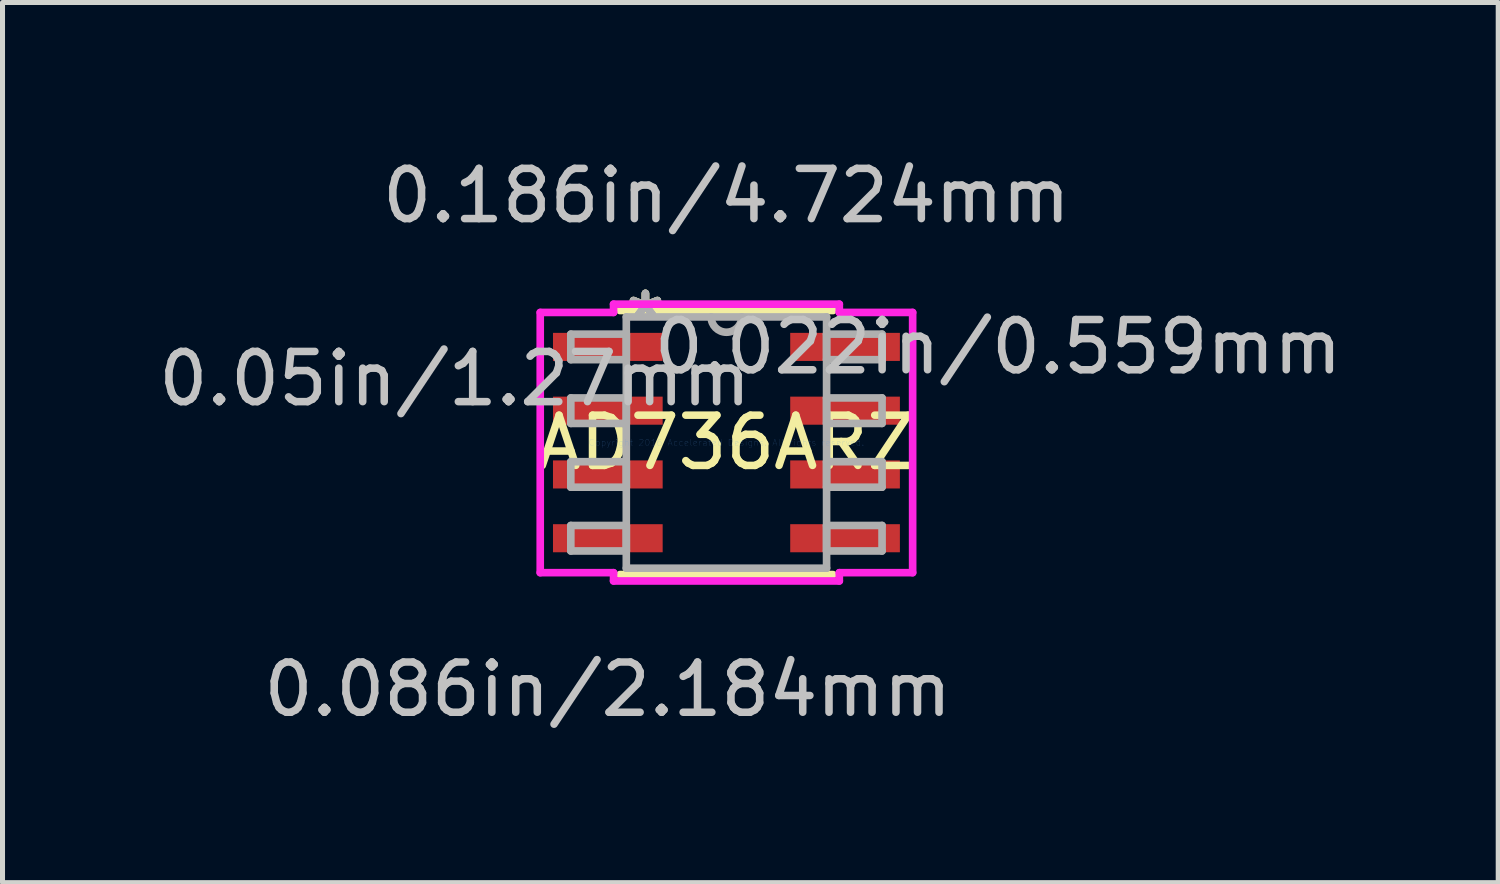
<source format=kicad_pcb>
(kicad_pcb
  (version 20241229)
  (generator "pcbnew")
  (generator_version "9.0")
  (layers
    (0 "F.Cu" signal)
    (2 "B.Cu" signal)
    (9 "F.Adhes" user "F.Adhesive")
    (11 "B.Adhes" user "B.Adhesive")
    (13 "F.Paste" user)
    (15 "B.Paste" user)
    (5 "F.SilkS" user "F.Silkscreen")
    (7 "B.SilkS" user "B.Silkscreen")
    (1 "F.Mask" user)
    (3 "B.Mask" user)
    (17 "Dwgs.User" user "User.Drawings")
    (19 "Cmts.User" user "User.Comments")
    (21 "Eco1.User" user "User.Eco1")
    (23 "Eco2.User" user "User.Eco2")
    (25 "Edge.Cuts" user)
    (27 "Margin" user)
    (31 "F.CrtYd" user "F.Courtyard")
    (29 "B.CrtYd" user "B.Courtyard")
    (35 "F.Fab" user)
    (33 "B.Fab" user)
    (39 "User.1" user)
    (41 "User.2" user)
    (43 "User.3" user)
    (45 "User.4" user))
  (footprint "AD736ARZ"
    (layer "F.Cu")
    (at 11.416 5.763)
    (property "Reference" "AD736ARZ" (at 0 0 0) (layer "F.SilkS") (effects (font (size 1 1) (thickness 0.15))))
    (attr through_hole)
    (fp_line (start -2.121 2.629) (end 2.121 2.629) (stroke (width 0.152) (type solid)) (layer "F.SilkS"))
    (fp_line (start 2.121 -2.629) (end -2.121 -2.629) (stroke (width 0.152) (type solid)) (layer "F.SilkS"))
    (fp_line (start -3.708 -2.591) (end -2.248 -2.591) (stroke (width 0.152) (type solid)) (layer "F.CrtYd"))
    (fp_line (start -3.708 2.591) (end -3.708 -2.591) (stroke (width 0.152) (type solid)) (layer "F.CrtYd"))
    (fp_line (start -2.248 -2.756) (end 2.248 -2.756) (stroke (width 0.152) (type solid)) (layer "F.CrtYd"))
    (fp_line (start -2.248 -2.591) (end -2.248 -2.756) (stroke (width 0.152) (type solid)) (layer "F.CrtYd"))
    (fp_line (start -2.248 2.591) (end -3.708 2.591) (stroke (width 0.152) (type solid)) (layer "F.CrtYd"))
    (fp_line (start -2.248 2.756) (end -2.248 2.591) (stroke (width 0.152) (type solid)) (layer "F.CrtYd"))
    (fp_line (start 2.248 -2.756) (end 2.248 -2.591) (stroke (width 0.152) (type solid)) (layer "F.CrtYd"))
    (fp_line (start 2.248 -2.591) (end 3.708 -2.591) (stroke (width 0.152) (type solid)) (layer "F.CrtYd"))
    (fp_line (start 2.248 2.591) (end 2.248 2.756) (stroke (width 0.152) (type solid)) (layer "F.CrtYd"))
    (fp_line (start 2.248 2.756) (end -2.248 2.756) (stroke (width 0.152) (type solid)) (layer "F.CrtYd"))
    (fp_line (start 3.708 -2.591) (end 3.708 2.591) (stroke (width 0.152) (type solid)) (layer "F.CrtYd"))
    (fp_line (start 3.708 2.591) (end 2.248 2.591) (stroke (width 0.152) (type solid)) (layer "F.CrtYd"))
    (fp_line (start -3.099 -2.159) (end -3.099 -1.651) (stroke (width 0.152) (type solid)) (layer "F.Fab"))
    (fp_line (start -3.099 -1.651) (end -1.994 -1.651) (stroke (width 0.152) (type solid)) (layer "F.Fab"))
    (fp_line (start -3.099 -0.889) (end -3.099 -0.381) (stroke (width 0.152) (type solid)) (layer "F.Fab"))
    (fp_line (start -3.099 -0.381) (end -1.994 -0.381) (stroke (width 0.152) (type solid)) (layer "F.Fab"))
    (fp_line (start -3.099 0.381) (end -3.099 0.889) (stroke (width 0.152) (type solid)) (layer "F.Fab"))
    (fp_line (start -3.099 0.889) (end -1.994 0.889) (stroke (width 0.152) (type solid)) (layer "F.Fab"))
    (fp_line (start -3.099 1.651) (end -3.099 2.159) (stroke (width 0.152) (type solid)) (layer "F.Fab"))
    (fp_line (start -3.099 2.159) (end -1.994 2.159) (stroke (width 0.152) (type solid)) (layer "F.Fab"))
    (fp_line (start -1.994 -2.502) (end -1.994 2.502) (stroke (width 0.152) (type solid)) (layer "F.Fab"))
    (fp_line (start -1.994 -2.159) (end -3.099 -2.159) (stroke (width 0.152) (type solid)) (layer "F.Fab"))
    (fp_line (start -1.994 -1.651) (end -1.994 -2.159) (stroke (width 0.152) (type solid)) (layer "F.Fab"))
    (fp_line (start -1.994 -0.889) (end -3.099 -0.889) (stroke (width 0.152) (type solid)) (layer "F.Fab"))
    (fp_line (start -1.994 -0.381) (end -1.994 -0.889) (stroke (width 0.152) (type solid)) (layer "F.Fab"))
    (fp_line (start -1.994 0.381) (end -3.099 0.381) (stroke (width 0.152) (type solid)) (layer "F.Fab"))
    (fp_line (start -1.994 0.889) (end -1.994 0.381) (stroke (width 0.152) (type solid)) (layer "F.Fab"))
    (fp_line (start -1.994 1.651) (end -3.099 1.651) (stroke (width 0.152) (type solid)) (layer "F.Fab"))
    (fp_line (start -1.994 2.159) (end -1.994 1.651) (stroke (width 0.152) (type solid)) (layer "F.Fab"))
    (fp_line (start -1.994 2.502) (end 1.994 2.502) (stroke (width 0.152) (type solid)) (layer "F.Fab"))
    (fp_line (start 1.994 -2.502) (end -1.994 -2.502) (stroke (width 0.152) (type solid)) (layer "F.Fab"))
    (fp_line (start 1.994 -2.159) (end 1.994 -1.651) (stroke (width 0.152) (type solid)) (layer "F.Fab"))
    (fp_line (start 1.994 -1.651) (end 3.099 -1.651) (stroke (width 0.152) (type solid)) (layer "F.Fab"))
    (fp_line (start 1.994 -0.889) (end 1.994 -0.381) (stroke (width 0.152) (type solid)) (layer "F.Fab"))
    (fp_line (start 1.994 -0.381) (end 3.099 -0.381) (stroke (width 0.152) (type solid)) (layer "F.Fab"))
    (fp_line (start 1.994 0.381) (end 1.994 0.889) (stroke (width 0.152) (type solid)) (layer "F.Fab"))
    (fp_line (start 1.994 0.889) (end 3.099 0.889) (stroke (width 0.152) (type solid)) (layer "F.Fab"))
    (fp_line (start 1.994 1.651) (end 1.994 2.159) (stroke (width 0.152) (type solid)) (layer "F.Fab"))
    (fp_line (start 1.994 2.159) (end 3.099 2.159) (stroke (width 0.152) (type solid)) (layer "F.Fab"))
    (fp_line (start 1.994 2.502) (end 1.994 -2.502) (stroke (width 0.152) (type solid)) (layer "F.Fab"))
    (fp_line (start 3.099 -2.159) (end 1.994 -2.159) (stroke (width 0.152) (type solid)) (layer "F.Fab"))
    (fp_line (start 3.099 -1.651) (end 3.099 -2.159) (stroke (width 0.152) (type solid)) (layer "F.Fab"))
    (fp_line (start 3.099 -0.889) (end 1.994 -0.889) (stroke (width 0.152) (type solid)) (layer "F.Fab"))
    (fp_line (start 3.099 -0.381) (end 3.099 -0.889) (stroke (width 0.152) (type solid)) (layer "F.Fab"))
    (fp_line (start 3.099 0.381) (end 1.994 0.381) (stroke (width 0.152) (type solid)) (layer "F.Fab"))
    (fp_line (start 3.099 0.889) (end 3.099 0.381) (stroke (width 0.152) (type solid)) (layer "F.Fab"))
    (fp_line (start 3.099 1.651) (end 1.994 1.651) (stroke (width 0.152) (type solid)) (layer "F.Fab"))
    (fp_line (start 3.099 2.159) (end 3.099 1.651) (stroke (width 0.152) (type solid)) (layer "F.Fab"))
    (fp_arc (start 0.3048 -2.5019) (mid 0 -2.1971) (end -0.3048 -2.5019) (stroke (width 0.1524) (type solid)) (layer "F.Fab"))
    (fp_text user "*" (at -1.613 -2.426 0) (layer "F.SilkS") (effects (font (size 1 1) (thickness 0.15))))
    (fp_text user "*" (at -1.613 -2.426 0) (layer "F.SilkS") (effects (font (size 1 1) (thickness 0.15))))
    (fp_text user "0.022in/0.559mm" (at 5.41 -1.905 0) (layer "Dwgs.User") (effects (font (size 1 1) (thickness 0.15))))
    (fp_text user "0.086in/2.184mm" (at -2.362 4.915 0) (layer "Dwgs.User") (effects (font (size 1 1) (thickness 0.15))))
    (fp_text user "0.05in/1.27mm" (at -5.41 -1.27 0) (layer "Dwgs.User") (effects (font (size 1 1) (thickness 0.15))))
    (fp_text user "0.186in/4.724mm" (at 0 -4.915 0) (layer "Dwgs.User") (effects (font (size 1 1) (thickness 0.15))))
    (fp_text user "Copyright 2016 Accelerated Designs. All rights reserved." (at 0 0 0) (layer "Cmts.User") (effects (font (size 0.127 0.127) (thickness 0.002))))
    (fp_text user "*" (at -1.613 -2.426 0) (layer "F.Fab") (effects (font (size 1 1) (thickness 0.15))))
    (fp_text user "*" (at -1.613 -2.426 0) (layer "F.Fab") (effects (font (size 1 1) (thickness 0.15))))
    (pad "1" smd rect (at -2.362 -1.905) (size 2.184 0.559) (layers "F.Cu" "F.Mask" "F.Paste"))
    (pad "2" smd rect (at -2.362 -0.635) (size 2.184 0.559) (layers "F.Cu" "F.Mask" "F.Paste"))
    (pad "3" smd rect (at -2.362 0.635) (size 2.184 0.559) (layers "F.Cu" "F.Mask" "F.Paste"))
    (pad "4" smd rect (at -2.362 1.905) (size 2.184 0.559) (layers "F.Cu" "F.Mask" "F.Paste"))
    (pad "5" smd rect (at 2.362 1.905) (size 2.184 0.559) (layers "F.Cu" "F.Mask" "F.Paste"))
    (pad "6" smd rect (at 2.362 0.635) (size 2.184 0.559) (layers "F.Cu" "F.Mask" "F.Paste"))
    (pad "7" smd rect (at 2.362 -0.635) (size 2.184 0.559) (layers "F.Cu" "F.Mask" "F.Paste"))
    (pad "8" smd rect (at 2.362 -1.905) (size 2.184 0.559) (layers "F.Cu" "F.Mask" "F.Paste")))
  (gr_rect
    (start -3 -3)
    (end 26.785 14.526)
    (stroke (width 0.1) (type default))
    (fill no)
    (layer "Edge.Cuts")))
</source>
